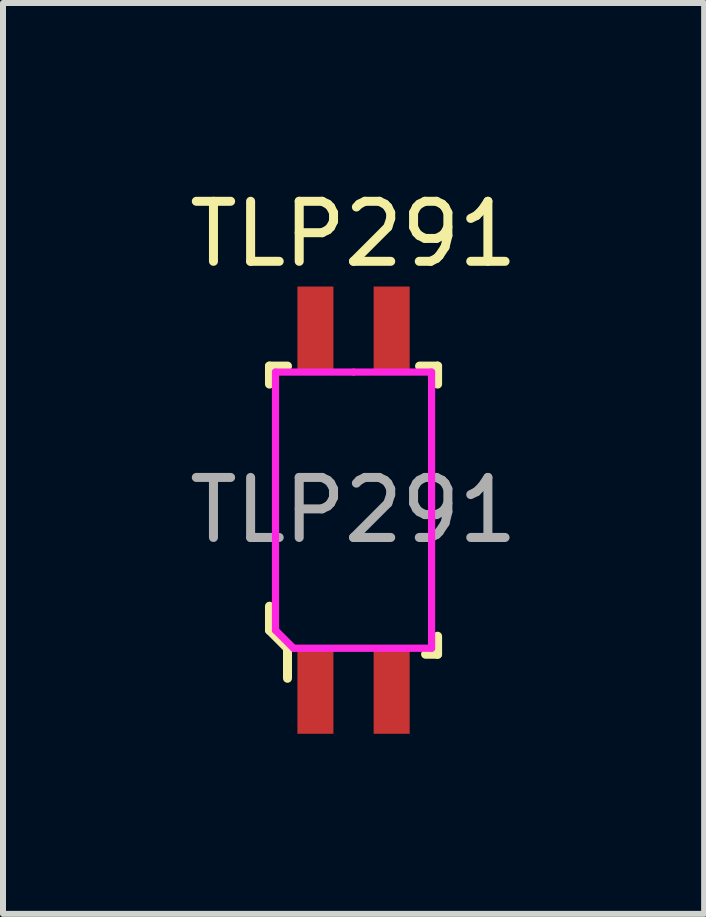
<source format=kicad_pcb>
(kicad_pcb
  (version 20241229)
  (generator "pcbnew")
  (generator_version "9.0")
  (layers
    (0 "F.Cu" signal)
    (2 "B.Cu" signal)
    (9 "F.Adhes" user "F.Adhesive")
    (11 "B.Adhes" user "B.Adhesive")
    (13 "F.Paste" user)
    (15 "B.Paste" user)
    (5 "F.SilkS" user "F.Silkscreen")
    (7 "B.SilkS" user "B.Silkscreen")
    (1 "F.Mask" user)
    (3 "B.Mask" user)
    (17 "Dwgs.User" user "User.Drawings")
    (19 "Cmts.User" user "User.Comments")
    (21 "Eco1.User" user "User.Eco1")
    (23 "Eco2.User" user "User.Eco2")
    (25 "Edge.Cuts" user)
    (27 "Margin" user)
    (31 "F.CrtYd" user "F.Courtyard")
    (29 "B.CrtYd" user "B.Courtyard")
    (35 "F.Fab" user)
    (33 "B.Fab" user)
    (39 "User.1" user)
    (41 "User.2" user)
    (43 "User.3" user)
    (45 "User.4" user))
  (footprint "TLP291"
    (layer "F.Cu")
    (at 2.839 5.448)
    (property "Reference" "TLP291" (at 0 -4.6 0) (layer "F.SilkS") (effects (font (size 1 1) (thickness 0.15))))
    (attr through_hole)
    (fp_line (start -1.4 -2.4) (end -1.4 -2.1) (stroke (width 0.15) (type solid)) (layer "F.SilkS"))
    (fp_line (start -1.4 1.6) (end -1.4 2) (stroke (width 0.15) (type solid)) (layer "F.SilkS"))
    (fp_line (start -1.4 2) (end -1.1 2.3) (stroke (width 0.15) (type solid)) (layer "F.SilkS"))
    (fp_line (start -1.1 -2.4) (end -1.4 -2.4) (stroke (width 0.15) (type solid)) (layer "F.SilkS"))
    (fp_line (start -1.1 2.3) (end -1.1 2.8) (stroke (width 0.15) (type solid)) (layer "F.SilkS"))
    (fp_line (start 1.4 -2.4) (end 1.1 -2.4) (stroke (width 0.15) (type solid)) (layer "F.SilkS"))
    (fp_line (start 1.4 -2.4) (end 1.4 -2.1) (stroke (width 0.15) (type solid)) (layer "F.SilkS"))
    (fp_line (start 1.4 2.4) (end 1.2 2.4) (stroke (width 0.15) (type solid)) (layer "F.SilkS"))
    (fp_line (start 1.4 2.4) (end 1.4 2.1) (stroke (width 0.15) (type solid)) (layer "F.SilkS"))
    (fp_line (start -1.3 -2.3) (end 0 -2.3) (stroke (width 0.12) (type solid)) (layer "F.CrtYd"))
    (fp_line (start -1.3 2) (end -1.3 -2.3) (stroke (width 0.12) (type solid)) (layer "F.CrtYd"))
    (fp_line (start -1 2.3) (end -1.3 2) (stroke (width 0.12) (type solid)) (layer "F.CrtYd"))
    (fp_line (start 0 -2.3) (end 1.3 -2.3) (stroke (width 0.12) (type solid)) (layer "F.CrtYd"))
    (fp_line (start 1.3 -2.3) (end 1.3 2.3) (stroke (width 0.12) (type solid)) (layer "F.CrtYd"))
    (fp_line (start 1.3 2.3) (end -1 2.3) (stroke (width 0.12) (type solid)) (layer "F.CrtYd"))
    (fp_text user "${REFERENCE}" (at 0 0 0) (layer "F.Fab") (effects (font (size 1 1) (thickness 0.15))))
    (pad "1" smd rect (at -0.635 3) (size 0.6 1.45) (layers "F.Cu" "F.Mask" "F.Paste"))
    (pad "2" smd rect (at 0.635 3) (size 0.6 1.45) (layers "F.Cu" "F.Mask" "F.Paste"))
    (pad "3" smd rect (at 0.635 -3) (size 0.6 1.45) (layers "F.Cu" "F.Mask" "F.Paste"))
    (pad "4" smd rect (at -0.635 -3) (size 0.6 1.45) (layers "F.Cu" "F.Mask" "F.Paste")))
  (gr_rect
    (start -3 -3)
    (end 8.679 12.173)
    (stroke (width 0.1) (type default))
    (fill no)
    (layer "Edge.Cuts")))
</source>
